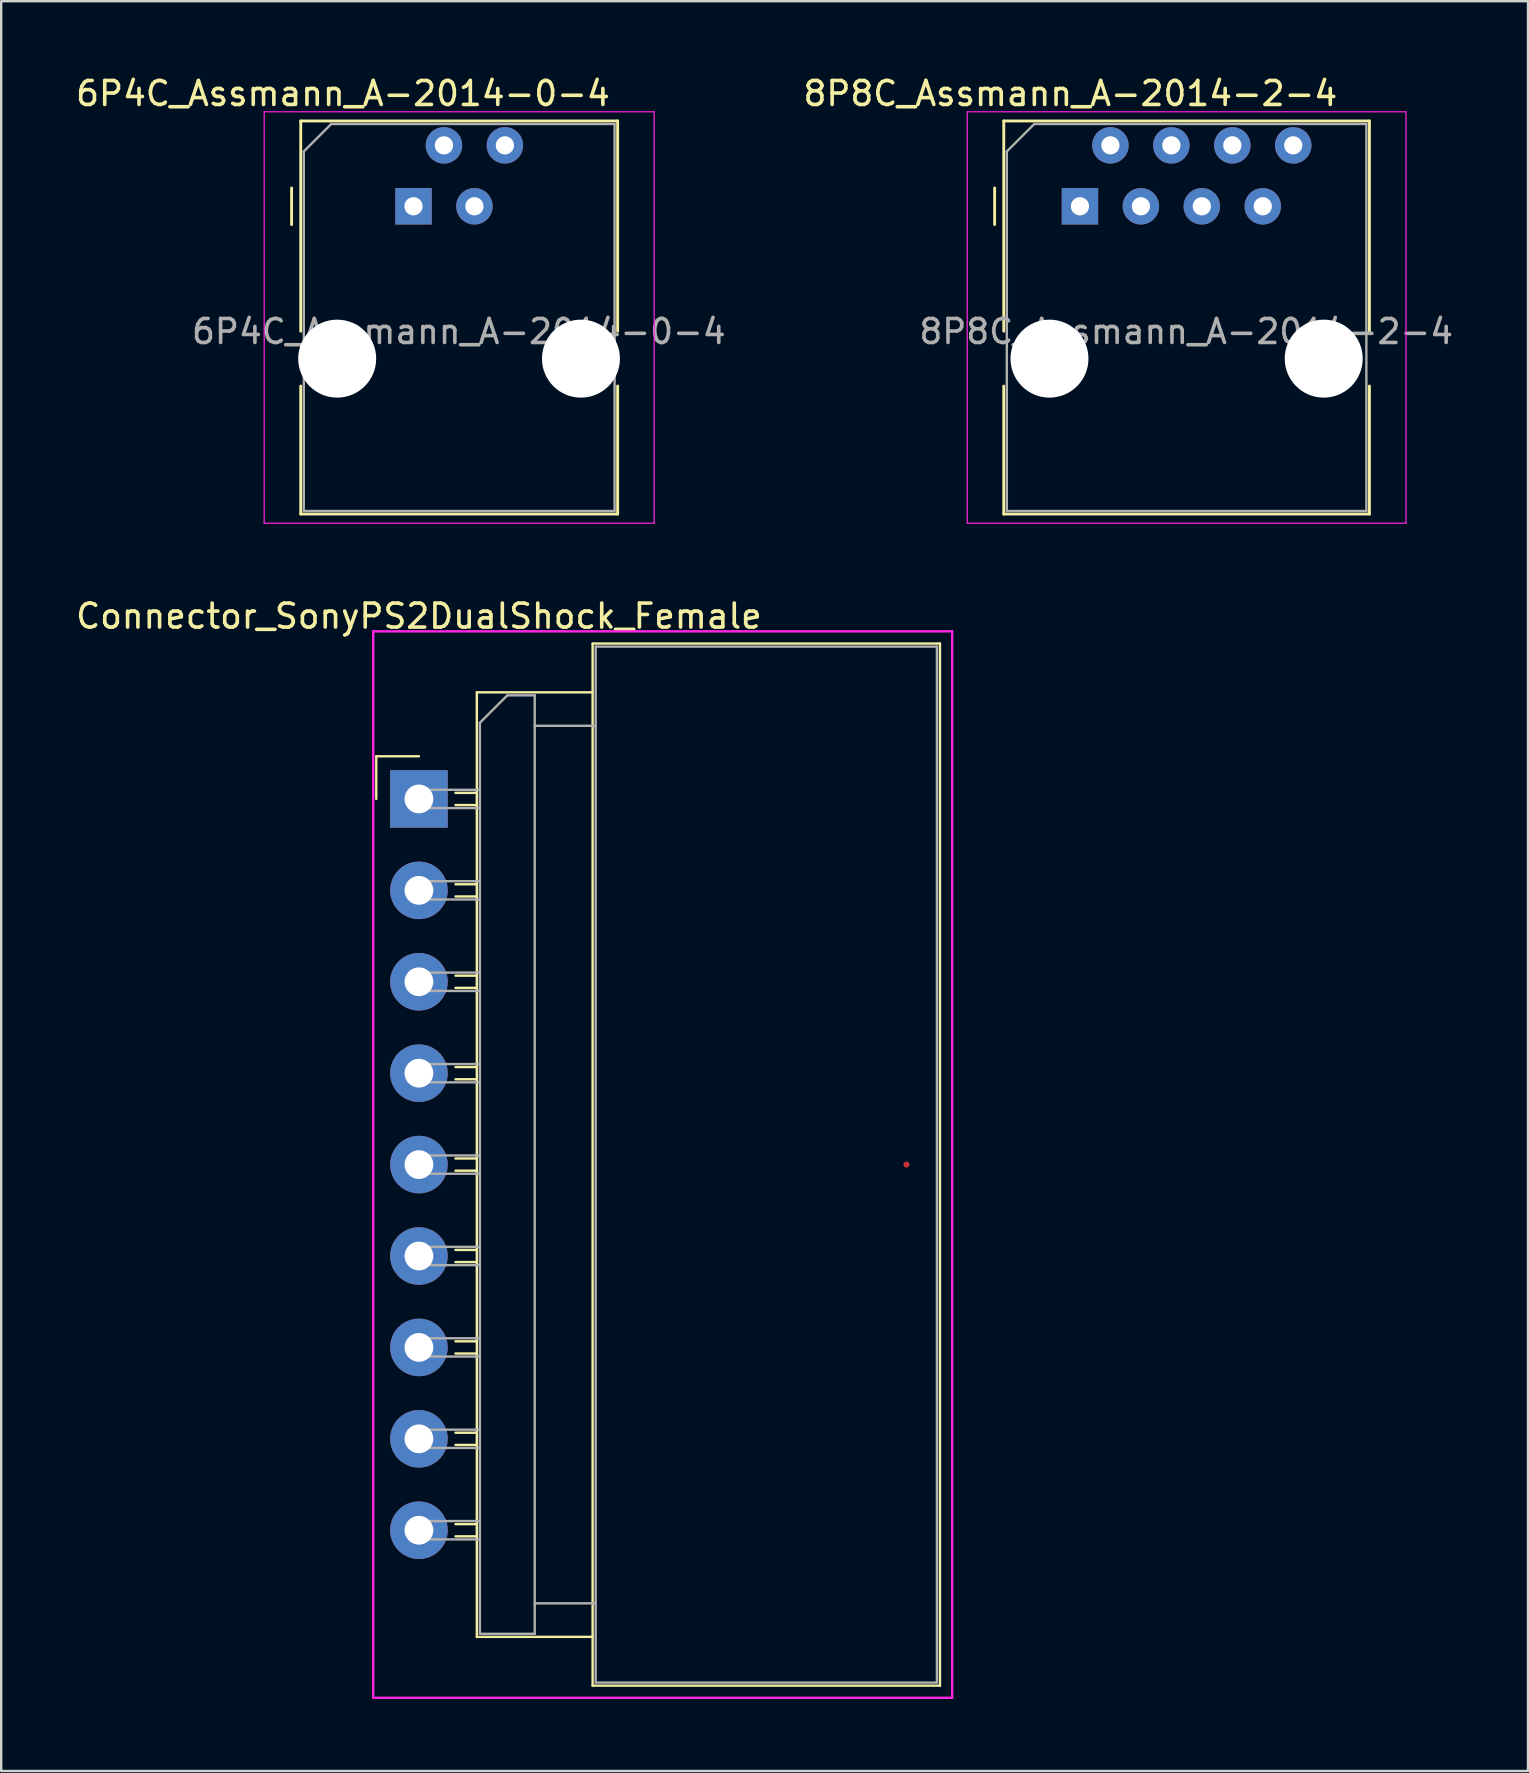
<source format=kicad_pcb>
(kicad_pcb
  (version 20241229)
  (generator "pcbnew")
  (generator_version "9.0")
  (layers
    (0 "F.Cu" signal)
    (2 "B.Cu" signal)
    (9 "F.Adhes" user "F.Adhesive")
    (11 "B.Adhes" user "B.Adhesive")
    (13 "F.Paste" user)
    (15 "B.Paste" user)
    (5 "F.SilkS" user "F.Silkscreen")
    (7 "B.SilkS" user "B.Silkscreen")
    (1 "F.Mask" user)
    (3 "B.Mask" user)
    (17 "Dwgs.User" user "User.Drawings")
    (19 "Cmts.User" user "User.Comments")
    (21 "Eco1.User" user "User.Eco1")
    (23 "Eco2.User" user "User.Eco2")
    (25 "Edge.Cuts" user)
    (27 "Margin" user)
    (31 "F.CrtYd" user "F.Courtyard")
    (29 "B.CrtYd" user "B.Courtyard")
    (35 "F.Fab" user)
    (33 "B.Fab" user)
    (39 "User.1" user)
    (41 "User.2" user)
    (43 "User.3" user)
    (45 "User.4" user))
  (footprint "6P4C_Assmann_A-2014-0-4"
    (layer "F.Cu")
    (at 12.914 3.008)
    (property "Reference" "6P4C_Assmann_A-2014-0-4" (at -1.67 -2.16 0) (layer "F.SilkS") (effects (font (size 1 1) (thickness 0.15))))
    (attr through_hole)
    (fp_line (start -3.81 3.302) (end -3.81 1.778) (stroke (width 0.12) (type solid)) (layer "F.SilkS"))
    (fp_line (start -3.429 -1.016) (end 9.779 -1.016) (stroke (width 0.12) (type solid)) (layer "F.SilkS"))
    (fp_line (start -3.429 7.747) (end -3.429 -1.016) (stroke (width 0.12) (type solid)) (layer "F.SilkS"))
    (fp_line (start -3.429 15.367) (end -3.429 10.033) (stroke (width 0.12) (type solid)) (layer "F.SilkS"))
    (fp_line (start 9.779 -1.016) (end 9.779 7.747) (stroke (width 0.12) (type solid)) (layer "F.SilkS"))
    (fp_line (start 9.779 15.367) (end -3.429 15.367) (stroke (width 0.12) (type solid)) (layer "F.SilkS"))
    (fp_line (start 9.779 15.367) (end 9.779 10.033) (stroke (width 0.12) (type solid)) (layer "F.SilkS"))
    (fp_line (start -4.953 -1.397) (end 11.303 -1.397) (stroke (width 0.05) (type solid)) (layer "F.CrtYd"))
    (fp_line (start -4.953 15.748) (end -4.953 -1.397) (stroke (width 0.05) (type solid)) (layer "F.CrtYd"))
    (fp_line (start 11.303 -1.397) (end 11.303 15.748) (stroke (width 0.05) (type solid)) (layer "F.CrtYd"))
    (fp_line (start 11.303 15.748) (end -4.953 15.748) (stroke (width 0.05) (type solid)) (layer "F.CrtYd"))
    (fp_line (start -3.302 0.254) (end -2.159 -0.889) (stroke (width 0.1) (type solid)) (layer "F.Fab"))
    (fp_line (start -3.302 15.24) (end -3.302 0.254) (stroke (width 0.1) (type solid)) (layer "F.Fab"))
    (fp_line (start -2.159 -0.889) (end 9.652 -0.889) (stroke (width 0.1) (type solid)) (layer "F.Fab"))
    (fp_line (start 9.652 -0.889) (end 9.652 15.24) (stroke (width 0.1) (type solid)) (layer "F.Fab"))
    (fp_line (start 9.652 15.24) (end -3.302 15.24) (stroke (width 0.1) (type solid)) (layer "F.Fab"))
    (fp_text user "${REFERENCE}" (at 3.16 7.76 0) (layer "F.Fab") (effects (font (size 1 1) (thickness 0.15))))
    (pad "" np_thru_hole circle (at -1.91 8.89) (size 3.25 3.25) (drill 3.25) (layers "*.Cu" "*.Mask"))
    (pad "" np_thru_hole circle (at 8.25 8.89) (size 3.25 3.25) (drill 3.25) (layers "*.Cu" "*.Mask"))
    (pad "1" thru_hole rect (at 1.27 2.54) (size 1.52 1.52) (drill 0.76) (layers "*.Cu" "*.Mask"))
    (pad "2" thru_hole circle (at 2.54 0) (size 1.52 1.52) (drill 0.76) (layers "*.Cu" "*.Mask"))
    (pad "3" thru_hole circle (at 3.81 2.54) (size 1.52 1.52) (drill 0.76) (layers "*.Cu" "*.Mask"))
    (pad "4" thru_hole circle (at 5.08 0) (size 1.52 1.52) (drill 0.76) (layers "*.Cu" "*.Mask")))
  (footprint "8P8C_Assmann_A-2014-2-4"
    (layer "F.Cu")
    (at 41.962 5.548)
    (property "Reference" "8P8C_Assmann_A-2014-2-4" (at -0.4 -4.7 0) (layer "F.SilkS") (effects (font (size 1 1) (thickness 0.15))))
    (attr through_hole)
    (fp_line (start -3.556 0.762) (end -3.556 -0.762) (stroke (width 0.12) (type solid)) (layer "F.SilkS"))
    (fp_line (start -3.175 -3.556) (end 12.065 -3.556) (stroke (width 0.12) (type solid)) (layer "F.SilkS"))
    (fp_line (start -3.175 5.207) (end -3.175 -3.556) (stroke (width 0.12) (type solid)) (layer "F.SilkS"))
    (fp_line (start -3.175 12.827) (end -3.175 7.493) (stroke (width 0.12) (type solid)) (layer "F.SilkS"))
    (fp_line (start 12.065 -3.556) (end 12.065 5.207) (stroke (width 0.12) (type solid)) (layer "F.SilkS"))
    (fp_line (start 12.065 12.827) (end -3.175 12.827) (stroke (width 0.12) (type solid)) (layer "F.SilkS"))
    (fp_line (start 12.065 12.827) (end 12.065 7.493) (stroke (width 0.12) (type solid)) (layer "F.SilkS"))
    (fp_line (start -4.699 -3.937) (end 13.589 -3.937) (stroke (width 0.05) (type solid)) (layer "F.CrtYd"))
    (fp_line (start -4.699 13.208) (end -4.699 -3.937) (stroke (width 0.05) (type solid)) (layer "F.CrtYd"))
    (fp_line (start 13.589 -3.937) (end 13.589 13.208) (stroke (width 0.05) (type solid)) (layer "F.CrtYd"))
    (fp_line (start 13.589 13.208) (end -4.699 13.208) (stroke (width 0.05) (type solid)) (layer "F.CrtYd"))
    (fp_line (start -3.048 -2.286) (end -1.905 -3.429) (stroke (width 0.1) (type solid)) (layer "F.Fab"))
    (fp_line (start -3.048 12.7) (end -3.048 -2.286) (stroke (width 0.1) (type solid)) (layer "F.Fab"))
    (fp_line (start -1.905 -3.429) (end 11.938 -3.429) (stroke (width 0.1) (type solid)) (layer "F.Fab"))
    (fp_line (start 11.938 -3.429) (end 11.938 12.7) (stroke (width 0.1) (type solid)) (layer "F.Fab"))
    (fp_line (start 11.938 12.7) (end -3.048 12.7) (stroke (width 0.1) (type solid)) (layer "F.Fab"))
    (fp_text user "${REFERENCE}" (at 4.43 5.22 0) (layer "F.Fab") (effects (font (size 1 1) (thickness 0.15))))
    (pad "" np_thru_hole circle (at -1.27 6.35) (size 3.25 3.25) (drill 3.25) (layers "*.Cu" "*.Mask"))
    (pad "" np_thru_hole circle (at 10.16 6.35) (size 3.25 3.25) (drill 3.25) (layers "*.Cu" "*.Mask"))
    (pad "1" thru_hole rect (at 0 0) (size 1.52 1.52) (drill 0.76) (layers "*.Cu" "*.Mask"))
    (pad "2" thru_hole circle (at 1.27 -2.54) (size 1.52 1.52) (drill 0.76) (layers "*.Cu" "*.Mask"))
    (pad "3" thru_hole circle (at 2.54 0) (size 1.52 1.52) (drill 0.76) (layers "*.Cu" "*.Mask"))
    (pad "4" thru_hole circle (at 3.81 -2.54) (size 1.52 1.52) (drill 0.76) (layers "*.Cu" "*.Mask"))
    (pad "5" thru_hole circle (at 5.08 0) (size 1.52 1.52) (drill 0.76) (layers "*.Cu" "*.Mask"))
    (pad "6" thru_hole circle (at 6.35 -2.54) (size 1.52 1.52) (drill 0.76) (layers "*.Cu" "*.Mask"))
    (pad "7" thru_hole circle (at 7.62 0) (size 1.52 1.52) (drill 0.76) (layers "*.Cu" "*.Mask"))
    (pad "8" thru_hole circle (at 8.89 -2.54) (size 1.52 1.52) (drill 0.76) (layers "*.Cu" "*.Mask")))
  (footprint "Connector_SonyPS2DualShock_Female"
    (layer "F.Cu")
    (at 14.411 30.25)
    (property "Reference" "Connector_SonyPS2DualShock_Female" (at 0 -7.62 0) (layer "F.SilkS") (effects (font (size 1 1) (thickness 0.15))))
    (attr through_hole)
    (fp_line (start -1.778 -1.778) (end 0 -1.778) (stroke (width 0.1) (type solid)) (layer "F.SilkS"))
    (fp_line (start -1.778 0) (end -1.778 -1.778) (stroke (width 0.1) (type solid)) (layer "F.SilkS"))
    (fp_line (start 1.524 -0.254) (end 2.413 -0.254) (stroke (width 0.1) (type solid)) (layer "F.SilkS"))
    (fp_line (start 1.524 0.254) (end 2.413 0.254) (stroke (width 0.1) (type solid)) (layer "F.SilkS"))
    (fp_line (start 1.524 3.556) (end 2.413 3.556) (stroke (width 0.1) (type solid)) (layer "F.SilkS"))
    (fp_line (start 1.524 4.064) (end 2.413 4.064) (stroke (width 0.1) (type solid)) (layer "F.SilkS"))
    (fp_line (start 1.524 7.366) (end 2.413 7.366) (stroke (width 0.1) (type solid)) (layer "F.SilkS"))
    (fp_line (start 1.524 7.874) (end 2.413 7.874) (stroke (width 0.1) (type solid)) (layer "F.SilkS"))
    (fp_line (start 1.524 11.176) (end 2.413 11.176) (stroke (width 0.1) (type solid)) (layer "F.SilkS"))
    (fp_line (start 1.524 11.684) (end 2.413 11.684) (stroke (width 0.1) (type solid)) (layer "F.SilkS"))
    (fp_line (start 1.524 14.986) (end 2.413 14.986) (stroke (width 0.1) (type solid)) (layer "F.SilkS"))
    (fp_line (start 1.524 15.494) (end 2.413 15.494) (stroke (width 0.1) (type solid)) (layer "F.SilkS"))
    (fp_line (start 1.524 18.796) (end 2.413 18.796) (stroke (width 0.1) (type solid)) (layer "F.SilkS"))
    (fp_line (start 1.524 19.304) (end 2.413 19.304) (stroke (width 0.1) (type solid)) (layer "F.SilkS"))
    (fp_line (start 1.524 22.606) (end 2.413 22.606) (stroke (width 0.1) (type solid)) (layer "F.SilkS"))
    (fp_line (start 1.524 23.114) (end 2.413 23.114) (stroke (width 0.1) (type solid)) (layer "F.SilkS"))
    (fp_line (start 1.524 26.416) (end 2.413 26.416) (stroke (width 0.1) (type solid)) (layer "F.SilkS"))
    (fp_line (start 1.524 26.924) (end 2.413 26.924) (stroke (width 0.1) (type solid)) (layer "F.SilkS"))
    (fp_line (start 1.524 30.226) (end 2.413 30.226) (stroke (width 0.1) (type solid)) (layer "F.SilkS"))
    (fp_line (start 1.524 30.734) (end 2.413 30.734) (stroke (width 0.1) (type solid)) (layer "F.SilkS"))
    (fp_line (start 2.413 -4.445) (end 7.239 -4.445) (stroke (width 0.1) (type solid)) (layer "F.SilkS"))
    (fp_line (start 2.413 34.925) (end 2.413 -4.445) (stroke (width 0.1) (type solid)) (layer "F.SilkS"))
    (fp_line (start 2.413 34.925) (end 7.239 34.925) (stroke (width 0.1) (type solid)) (layer "F.SilkS"))
    (fp_line (start 7.239 -6.477) (end 21.717 -6.477) (stroke (width 0.1) (type solid)) (layer "F.SilkS"))
    (fp_line (start 7.239 36.957) (end 7.239 -6.477) (stroke (width 0.1) (type solid)) (layer "F.SilkS"))
    (fp_line (start 21.717 -6.477) (end 21.717 36.957) (stroke (width 0.1) (type solid)) (layer "F.SilkS"))
    (fp_line (start 21.717 36.957) (end 7.239 36.957) (stroke (width 0.1) (type solid)) (layer "F.SilkS"))
    (fp_line (start -1.905 -6.985) (end 22.225 -6.985) (stroke (width 0.1) (type solid)) (layer "F.CrtYd"))
    (fp_line (start -1.905 37.465) (end -1.905 -6.985) (stroke (width 0.1) (type solid)) (layer "F.CrtYd"))
    (fp_line (start 22.225 -6.985) (end 22.225 37.465) (stroke (width 0.1) (type solid)) (layer "F.CrtYd"))
    (fp_line (start 22.225 37.465) (end -1.905 37.465) (stroke (width 0.1) (type solid)) (layer "F.CrtYd"))
    (fp_line (start 2.54 -3.175) (end 2.54 34.798) (stroke (width 0.1) (type solid)) (layer "F.Fab"))
    (fp_line (start 2.54 -3.175) (end 3.683 -4.318) (stroke (width 0.1) (type solid)) (layer "F.Fab"))
    (fp_line (start 2.54 -0.381) (end 0 -0.381) (stroke (width 0.1) (type solid)) (layer "F.Fab"))
    (fp_line (start 2.54 0.381) (end 0 0.381) (stroke (width 0.1) (type solid)) (layer "F.Fab"))
    (fp_line (start 2.54 3.429) (end 0 3.429) (stroke (width 0.1) (type solid)) (layer "F.Fab"))
    (fp_line (start 2.54 4.191) (end 0 4.191) (stroke (width 0.1) (type solid)) (layer "F.Fab"))
    (fp_line (start 2.54 7.239) (end 0 7.239) (stroke (width 0.1) (type solid)) (layer "F.Fab"))
    (fp_line (start 2.54 8.001) (end 0 8.001) (stroke (width 0.1) (type solid)) (layer "F.Fab"))
    (fp_line (start 2.54 11.049) (end 0 11.049) (stroke (width 0.1) (type solid)) (layer "F.Fab"))
    (fp_line (start 2.54 11.811) (end 0 11.811) (stroke (width 0.1) (type solid)) (layer "F.Fab"))
    (fp_line (start 2.54 14.859) (end 0 14.859) (stroke (width 0.1) (type solid)) (layer "F.Fab"))
    (fp_line (start 2.54 15.621) (end 0 15.621) (stroke (width 0.1) (type solid)) (layer "F.Fab"))
    (fp_line (start 2.54 18.669) (end 0 18.669) (stroke (width 0.1) (type solid)) (layer "F.Fab"))
    (fp_line (start 2.54 19.431) (end 0 19.431) (stroke (width 0.1) (type solid)) (layer "F.Fab"))
    (fp_line (start 2.54 22.479) (end 0 22.479) (stroke (width 0.1) (type solid)) (layer "F.Fab"))
    (fp_line (start 2.54 23.241) (end 0 23.241) (stroke (width 0.1) (type solid)) (layer "F.Fab"))
    (fp_line (start 2.54 26.289) (end 0 26.289) (stroke (width 0.1) (type solid)) (layer "F.Fab"))
    (fp_line (start 2.54 27.051) (end 0 27.051) (stroke (width 0.1) (type solid)) (layer "F.Fab"))
    (fp_line (start 2.54 30.099) (end 0 30.099) (stroke (width 0.1) (type solid)) (layer "F.Fab"))
    (fp_line (start 2.54 30.861) (end 0 30.861) (stroke (width 0.1) (type solid)) (layer "F.Fab"))
    (fp_line (start 2.54 34.798) (end 4.826 34.798) (stroke (width 0.1) (type solid)) (layer "F.Fab"))
    (fp_line (start 4.826 -4.318) (end 3.683 -4.318) (stroke (width 0.1) (type solid)) (layer "F.Fab"))
    (fp_line (start 4.826 -3.048) (end 7.366 -3.048) (stroke (width 0.1) (type solid)) (layer "F.Fab"))
    (fp_line (start 4.826 33.528) (end 7.366 33.528) (stroke (width 0.1) (type solid)) (layer "F.Fab"))
    (fp_line (start 4.826 34.798) (end 4.826 -4.318) (stroke (width 0.1) (type solid)) (layer "F.Fab"))
    (fp_line (start 7.366 -6.35) (end 7.366 36.83) (stroke (width 0.1) (type solid)) (layer "F.Fab"))
    (fp_line (start 7.366 36.83) (end 21.59 36.83) (stroke (width 0.1) (type solid)) (layer "F.Fab"))
    (fp_line (start 21.59 -6.35) (end 7.366 -6.35) (stroke (width 0.1) (type solid)) (layer "F.Fab"))
    (fp_line (start 21.59 36.83) (end 21.59 -6.35) (stroke (width 0.1) (type solid)) (layer "F.Fab"))
    (fp_arc (start 0 0.381) (mid -0.381 0) (end 0 -0.381) (stroke (width 0.1) (type solid)) (layer "F.Fab"))
    (fp_arc (start 0 4.191) (mid -0.381 3.81) (end 0 3.429) (stroke (width 0.1) (type solid)) (layer "F.Fab"))
    (fp_arc (start 0 8.001) (mid -0.381 7.62) (end 0 7.239) (stroke (width 0.1) (type solid)) (layer "F.Fab"))
    (fp_arc (start 0 11.811) (mid -0.381 11.43) (end 0 11.049) (stroke (width 0.1) (type solid)) (layer "F.Fab"))
    (fp_arc (start 0 15.621) (mid -0.381 15.24) (end 0 14.859) (stroke (width 0.1) (type solid)) (layer "F.Fab"))
    (fp_arc (start 0 19.431) (mid -0.381 19.05) (end 0 18.669) (stroke (width 0.1) (type solid)) (layer "F.Fab"))
    (fp_arc (start 0 23.241) (mid -0.381 22.86) (end 0 22.479) (stroke (width 0.1) (type solid)) (layer "F.Fab"))
    (fp_arc (start 0 27.051) (mid -0.381 26.67) (end 0 26.289) (stroke (width 0.1) (type solid)) (layer "F.Fab"))
    (fp_arc (start 0 30.861) (mid -0.381 30.48) (end 0 30.099) (stroke (width 0.1) (type solid)) (layer "F.Fab"))
    (pad "1" thru_hole rect (at 0 0) (size 2.4 2.4) (drill 1.2) (layers "*.Cu" "*.Mask"))
    (pad "2" thru_hole circle (at 0 3.81) (size 2.4 2.4) (drill 1.2) (layers "*.Cu" "*.Mask"))
    (pad "3" thru_hole circle (at 0 7.62) (size 2.4 2.4) (drill 1.2) (layers "*.Cu" "*.Mask"))
    (pad "4" thru_hole circle (at 0 11.43) (size 2.4 2.4) (drill 1.2) (layers "*.Cu" "*.Mask"))
    (pad "5" thru_hole circle (at 0 15.24) (size 2.4 2.4) (drill 1.2) (layers "*.Cu" "*.Mask"))
    (pad "6" thru_hole circle (at 0 19.05) (size 2.4 2.4) (drill 1.2) (layers "*.Cu" "*.Mask"))
    (pad "7" thru_hole circle (at 0 22.86) (size 2.4 2.4) (drill 1.2) (layers "*.Cu" "*.Mask"))
    (pad "8" thru_hole circle (at 0 26.67) (size 2.4 2.4) (drill 1.2) (layers "*.Cu" "*.Mask"))
    (pad "9" thru_hole circle (at 0 30.48) (size 2.4 2.4) (drill 1.2) (layers "*.Cu" "*.Mask"))
    (pad "S" smd circle (at 20.32 15.24) (size 0.254 0.254) (layers "F.Cu")))
  (gr_rect
    (start -3 -3)
    (end 60.636 70.764)
    (stroke (width 0.1) (type default))
    (fill no)
    (layer "Edge.Cuts")))
</source>
